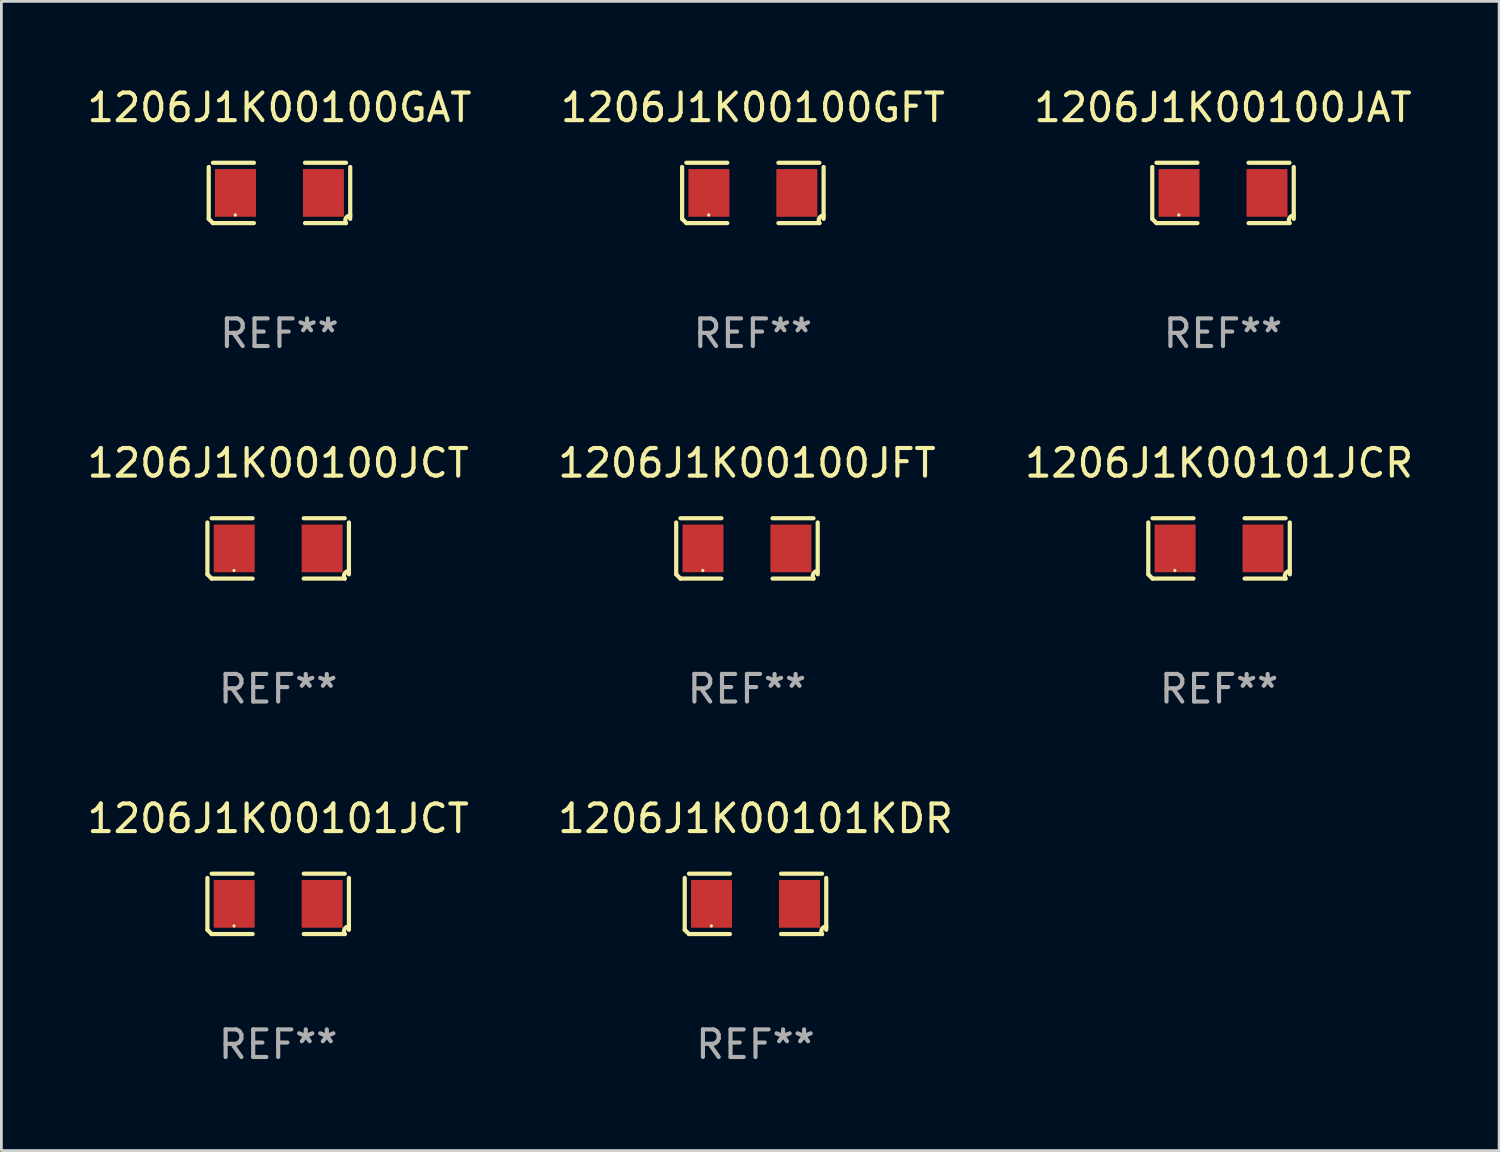
<source format=kicad_pcb>
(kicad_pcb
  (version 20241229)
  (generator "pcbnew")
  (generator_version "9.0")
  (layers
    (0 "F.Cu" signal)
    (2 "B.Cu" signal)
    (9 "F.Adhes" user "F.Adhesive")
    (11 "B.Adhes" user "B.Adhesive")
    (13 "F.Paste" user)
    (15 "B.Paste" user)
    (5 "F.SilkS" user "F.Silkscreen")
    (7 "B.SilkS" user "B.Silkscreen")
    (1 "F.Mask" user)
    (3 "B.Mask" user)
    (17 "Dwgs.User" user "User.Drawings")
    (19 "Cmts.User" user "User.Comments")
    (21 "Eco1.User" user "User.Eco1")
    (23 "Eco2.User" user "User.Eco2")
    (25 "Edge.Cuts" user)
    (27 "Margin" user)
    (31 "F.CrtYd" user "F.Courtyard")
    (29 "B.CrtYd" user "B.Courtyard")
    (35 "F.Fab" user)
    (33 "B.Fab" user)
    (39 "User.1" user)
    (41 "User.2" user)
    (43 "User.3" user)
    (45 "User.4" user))
  (footprint "1206J1K00100GAT"
    (layer "F.Cu")
    (at 7.077 3.941)
    (property "Reference" "1206J1K00100GAT" (at 0 -3.093 0) (layer "F.SilkS") (effects (font (size 1 1) (thickness 0.15))))
    (attr through_hole)
    (fp_line (start -2.564 0.94) (end -2.564 -0.94) (stroke (width 0.152) (type solid)) (layer "F.SilkS"))
    (fp_line (start -2.411 -1.093) (end -0.926 -1.093) (stroke (width 0.152) (type solid)) (layer "F.SilkS"))
    (fp_line (start -0.926 1.093) (end -2.411 1.093) (stroke (width 0.152) (type solid)) (layer "F.SilkS"))
    (fp_line (start 0.926 1.093) (end 2.411 1.093) (stroke (width 0.152) (type solid)) (layer "F.SilkS"))
    (fp_line (start 2.411 -1.093) (end 0.926 -1.093) (stroke (width 0.152) (type solid)) (layer "F.SilkS"))
    (fp_line (start 2.564 0.94) (end 2.564 -0.94) (stroke (width 0.152) (type solid)) (layer "F.SilkS"))
    (fp_arc (start -2.411201 1.092609) (mid -2.487413 1.01642) (end -2.563602 0.940208) (stroke (width 0.1524) (type solid)) (layer "F.SilkS"))
    (fp_arc (start 2.411201 1.092609) (mid 2.407159 0.911226) (end 2.563602 0.819347) (stroke (width 0.1524) (type solid)) (layer "F.SilkS"))
    (fp_circle (center -1.6 0.8) (end -1.57 0.8) (stroke (width 0.06) (type solid)) (fill no) (layer "F.SilkS"))
    (fp_text user "REF**" (at 0 5.093 0) (layer "F.Fab") (effects (font (size 1 1) (thickness 0.15))))
    (pad "1" smd rect (at -1.593 0) (size 1.485 1.728) (layers "F.Cu" "F.Mask" "F.Paste"))
    (pad "2" smd rect (at 1.593 0) (size 1.485 1.728) (layers "F.Cu" "F.Mask" "F.Paste")))
  (footprint "1206J1K00100JFT"
    (layer "F.Cu")
    (at 24.018 16.823)
    (property "Reference" "1206J1K00100JFT" (at 0 -3.093 0) (layer "F.SilkS") (effects (font (size 1 1) (thickness 0.15))))
    (attr through_hole)
    (fp_line (start -2.564 0.94) (end -2.564 -0.94) (stroke (width 0.152) (type solid)) (layer "F.SilkS"))
    (fp_line (start -2.411 -1.093) (end -0.926 -1.093) (stroke (width 0.152) (type solid)) (layer "F.SilkS"))
    (fp_line (start -0.926 1.093) (end -2.411 1.093) (stroke (width 0.152) (type solid)) (layer "F.SilkS"))
    (fp_line (start 0.926 1.093) (end 2.411 1.093) (stroke (width 0.152) (type solid)) (layer "F.SilkS"))
    (fp_line (start 2.411 -1.093) (end 0.926 -1.093) (stroke (width 0.152) (type solid)) (layer "F.SilkS"))
    (fp_line (start 2.564 0.94) (end 2.564 -0.94) (stroke (width 0.152) (type solid)) (layer "F.SilkS"))
    (fp_arc (start -2.411201 1.092609) (mid -2.487413 1.01642) (end -2.563602 0.940208) (stroke (width 0.1524) (type solid)) (layer "F.SilkS"))
    (fp_arc (start 2.411201 1.092609) (mid 2.407159 0.911226) (end 2.563602 0.819347) (stroke (width 0.1524) (type solid)) (layer "F.SilkS"))
    (fp_circle (center -1.6 0.8) (end -1.57 0.8) (stroke (width 0.06) (type solid)) (fill no) (layer "F.SilkS"))
    (fp_text user "REF**" (at 0 5.093 0) (layer "F.Fab") (effects (font (size 1 1) (thickness 0.15))))
    (pad "1" smd rect (at -1.593 0) (size 1.485 1.728) (layers "F.Cu" "F.Mask" "F.Paste"))
    (pad "2" smd rect (at 1.593 0) (size 1.485 1.728) (layers "F.Cu" "F.Mask" "F.Paste")))
  (footprint "1206J1K00101JCR"
    (layer "F.Cu")
    (at 41.125 16.823)
    (property "Reference" "1206J1K00101JCR" (at 0 -3.093 0) (layer "F.SilkS") (effects (font (size 1 1) (thickness 0.15))))
    (attr through_hole)
    (fp_line (start -2.564 0.94) (end -2.564 -0.94) (stroke (width 0.152) (type solid)) (layer "F.SilkS"))
    (fp_line (start -2.411 -1.093) (end -0.926 -1.093) (stroke (width 0.152) (type solid)) (layer "F.SilkS"))
    (fp_line (start -0.926 1.093) (end -2.411 1.093) (stroke (width 0.152) (type solid)) (layer "F.SilkS"))
    (fp_line (start 0.926 1.093) (end 2.411 1.093) (stroke (width 0.152) (type solid)) (layer "F.SilkS"))
    (fp_line (start 2.411 -1.093) (end 0.926 -1.093) (stroke (width 0.152) (type solid)) (layer "F.SilkS"))
    (fp_line (start 2.564 0.94) (end 2.564 -0.94) (stroke (width 0.152) (type solid)) (layer "F.SilkS"))
    (fp_arc (start -2.411201 1.092609) (mid -2.487413 1.01642) (end -2.563602 0.940208) (stroke (width 0.1524) (type solid)) (layer "F.SilkS"))
    (fp_arc (start 2.411201 1.092609) (mid 2.407159 0.911226) (end 2.563602 0.819347) (stroke (width 0.1524) (type solid)) (layer "F.SilkS"))
    (fp_circle (center -1.6 0.8) (end -1.57 0.8) (stroke (width 0.06) (type solid)) (fill no) (layer "F.SilkS"))
    (fp_text user "REF**" (at 0 5.093 0) (layer "F.Fab") (effects (font (size 1 1) (thickness 0.15))))
    (pad "1" smd rect (at -1.593 0) (size 1.485 1.728) (layers "F.Cu" "F.Mask" "F.Paste"))
    (pad "2" smd rect (at 1.593 0) (size 1.485 1.728) (layers "F.Cu" "F.Mask" "F.Paste")))
  (footprint "1206J1K00101JCT"
    (layer "F.Cu")
    (at 7.03 29.704)
    (property "Reference" "1206J1K00101JCT" (at 0 -3.093 0) (layer "F.SilkS") (effects (font (size 1 1) (thickness 0.15))))
    (attr through_hole)
    (fp_line (start -2.564 0.94) (end -2.564 -0.94) (stroke (width 0.152) (type solid)) (layer "F.SilkS"))
    (fp_line (start -2.411 -1.093) (end -0.926 -1.093) (stroke (width 0.152) (type solid)) (layer "F.SilkS"))
    (fp_line (start -0.926 1.093) (end -2.411 1.093) (stroke (width 0.152) (type solid)) (layer "F.SilkS"))
    (fp_line (start 0.926 1.093) (end 2.411 1.093) (stroke (width 0.152) (type solid)) (layer "F.SilkS"))
    (fp_line (start 2.411 -1.093) (end 0.926 -1.093) (stroke (width 0.152) (type solid)) (layer "F.SilkS"))
    (fp_line (start 2.564 0.94) (end 2.564 -0.94) (stroke (width 0.152) (type solid)) (layer "F.SilkS"))
    (fp_arc (start -2.411201 1.092609) (mid -2.487413 1.01642) (end -2.563602 0.940208) (stroke (width 0.1524) (type solid)) (layer "F.SilkS"))
    (fp_arc (start 2.411201 1.092609) (mid 2.407159 0.911226) (end 2.563602 0.819347) (stroke (width 0.1524) (type solid)) (layer "F.SilkS"))
    (fp_circle (center -1.6 0.8) (end -1.57 0.8) (stroke (width 0.06) (type solid)) (fill no) (layer "F.SilkS"))
    (fp_text user "REF**" (at 0 5.093 0) (layer "F.Fab") (effects (font (size 1 1) (thickness 0.15))))
    (pad "1" smd rect (at -1.593 0) (size 1.485 1.728) (layers "F.Cu" "F.Mask" "F.Paste"))
    (pad "2" smd rect (at 1.593 0) (size 1.485 1.728) (layers "F.Cu" "F.Mask" "F.Paste")))
  (footprint "1206J1K00100JAT"
    (layer "F.Cu")
    (at 41.268 3.941)
    (property "Reference" "1206J1K00100JAT" (at 0 -3.093 0) (layer "F.SilkS") (effects (font (size 1 1) (thickness 0.15))))
    (attr through_hole)
    (fp_line (start -2.564 0.94) (end -2.564 -0.94) (stroke (width 0.152) (type solid)) (layer "F.SilkS"))
    (fp_line (start -2.411 -1.093) (end -0.926 -1.093) (stroke (width 0.152) (type solid)) (layer "F.SilkS"))
    (fp_line (start -0.926 1.093) (end -2.411 1.093) (stroke (width 0.152) (type solid)) (layer "F.SilkS"))
    (fp_line (start 0.926 1.093) (end 2.411 1.093) (stroke (width 0.152) (type solid)) (layer "F.SilkS"))
    (fp_line (start 2.411 -1.093) (end 0.926 -1.093) (stroke (width 0.152) (type solid)) (layer "F.SilkS"))
    (fp_line (start 2.564 0.94) (end 2.564 -0.94) (stroke (width 0.152) (type solid)) (layer "F.SilkS"))
    (fp_arc (start -2.411201 1.092609) (mid -2.487413 1.01642) (end -2.563602 0.940208) (stroke (width 0.1524) (type solid)) (layer "F.SilkS"))
    (fp_arc (start 2.411201 1.092609) (mid 2.407159 0.911226) (end 2.563602 0.819347) (stroke (width 0.1524) (type solid)) (layer "F.SilkS"))
    (fp_circle (center -1.6 0.8) (end -1.57 0.8) (stroke (width 0.06) (type solid)) (fill no) (layer "F.SilkS"))
    (fp_text user "REF**" (at 0 5.093 0) (layer "F.Fab") (effects (font (size 1 1) (thickness 0.15))))
    (pad "1" smd rect (at -1.593 0) (size 1.485 1.728) (layers "F.Cu" "F.Mask" "F.Paste"))
    (pad "2" smd rect (at 1.593 0) (size 1.485 1.728) (layers "F.Cu" "F.Mask" "F.Paste")))
  (footprint "1206J1K00100JCT"
    (layer "F.Cu")
    (at 7.03 16.823)
    (property "Reference" "1206J1K00100JCT" (at 0 -3.093 0) (layer "F.SilkS") (effects (font (size 1 1) (thickness 0.15))))
    (attr through_hole)
    (fp_line (start -2.564 0.94) (end -2.564 -0.94) (stroke (width 0.152) (type solid)) (layer "F.SilkS"))
    (fp_line (start -2.411 -1.093) (end -0.926 -1.093) (stroke (width 0.152) (type solid)) (layer "F.SilkS"))
    (fp_line (start -0.926 1.093) (end -2.411 1.093) (stroke (width 0.152) (type solid)) (layer "F.SilkS"))
    (fp_line (start 0.926 1.093) (end 2.411 1.093) (stroke (width 0.152) (type solid)) (layer "F.SilkS"))
    (fp_line (start 2.411 -1.093) (end 0.926 -1.093) (stroke (width 0.152) (type solid)) (layer "F.SilkS"))
    (fp_line (start 2.564 0.94) (end 2.564 -0.94) (stroke (width 0.152) (type solid)) (layer "F.SilkS"))
    (fp_arc (start -2.411201 1.092609) (mid -2.487413 1.01642) (end -2.563602 0.940208) (stroke (width 0.1524) (type solid)) (layer "F.SilkS"))
    (fp_arc (start 2.411201 1.092609) (mid 2.407159 0.911226) (end 2.563602 0.819347) (stroke (width 0.1524) (type solid)) (layer "F.SilkS"))
    (fp_circle (center -1.6 0.8) (end -1.57 0.8) (stroke (width 0.06) (type solid)) (fill no) (layer "F.SilkS"))
    (fp_text user "REF**" (at 0 5.093 0) (layer "F.Fab") (effects (font (size 1 1) (thickness 0.15))))
    (pad "1" smd rect (at -1.593 0) (size 1.485 1.728) (layers "F.Cu" "F.Mask" "F.Paste"))
    (pad "2" smd rect (at 1.593 0) (size 1.485 1.728) (layers "F.Cu" "F.Mask" "F.Paste")))
  (footprint "1206J1K00100GFT"
    (layer "F.Cu")
    (at 24.232 3.941)
    (property "Reference" "1206J1K00100GFT" (at 0 -3.093 0) (layer "F.SilkS") (effects (font (size 1 1) (thickness 0.15))))
    (attr through_hole)
    (fp_line (start -2.564 0.94) (end -2.564 -0.94) (stroke (width 0.152) (type solid)) (layer "F.SilkS"))
    (fp_line (start -2.411 -1.093) (end -0.926 -1.093) (stroke (width 0.152) (type solid)) (layer "F.SilkS"))
    (fp_line (start -0.926 1.093) (end -2.411 1.093) (stroke (width 0.152) (type solid)) (layer "F.SilkS"))
    (fp_line (start 0.926 1.093) (end 2.411 1.093) (stroke (width 0.152) (type solid)) (layer "F.SilkS"))
    (fp_line (start 2.411 -1.093) (end 0.926 -1.093) (stroke (width 0.152) (type solid)) (layer "F.SilkS"))
    (fp_line (start 2.564 0.94) (end 2.564 -0.94) (stroke (width 0.152) (type solid)) (layer "F.SilkS"))
    (fp_arc (start -2.411201 1.092609) (mid -2.487413 1.01642) (end -2.563602 0.940208) (stroke (width 0.1524) (type solid)) (layer "F.SilkS"))
    (fp_arc (start 2.411201 1.092609) (mid 2.407159 0.911226) (end 2.563602 0.819347) (stroke (width 0.1524) (type solid)) (layer "F.SilkS"))
    (fp_circle (center -1.6 0.8) (end -1.57 0.8) (stroke (width 0.06) (type solid)) (fill no) (layer "F.SilkS"))
    (fp_text user "REF**" (at 0 5.093 0) (layer "F.Fab") (effects (font (size 1 1) (thickness 0.15))))
    (pad "1" smd rect (at -1.593 0) (size 1.485 1.728) (layers "F.Cu" "F.Mask" "F.Paste"))
    (pad "2" smd rect (at 1.593 0) (size 1.485 1.728) (layers "F.Cu" "F.Mask" "F.Paste")))
  (footprint "1206J1K00101KDR"
    (layer "F.Cu")
    (at 24.327 29.704)
    (property "Reference" "1206J1K00101KDR" (at 0 -3.093 0) (layer "F.SilkS") (effects (font (size 1 1) (thickness 0.15))))
    (attr through_hole)
    (fp_line (start -2.564 0.94) (end -2.564 -0.94) (stroke (width 0.152) (type solid)) (layer "F.SilkS"))
    (fp_line (start -2.411 -1.093) (end -0.926 -1.093) (stroke (width 0.152) (type solid)) (layer "F.SilkS"))
    (fp_line (start -0.926 1.093) (end -2.411 1.093) (stroke (width 0.152) (type solid)) (layer "F.SilkS"))
    (fp_line (start 0.926 1.093) (end 2.411 1.093) (stroke (width 0.152) (type solid)) (layer "F.SilkS"))
    (fp_line (start 2.411 -1.093) (end 0.926 -1.093) (stroke (width 0.152) (type solid)) (layer "F.SilkS"))
    (fp_line (start 2.564 0.94) (end 2.564 -0.94) (stroke (width 0.152) (type solid)) (layer "F.SilkS"))
    (fp_arc (start -2.411201 1.092609) (mid -2.487413 1.01642) (end -2.563602 0.940208) (stroke (width 0.1524) (type solid)) (layer "F.SilkS"))
    (fp_arc (start 2.411201 1.092609) (mid 2.407159 0.911226) (end 2.563602 0.819347) (stroke (width 0.1524) (type solid)) (layer "F.SilkS"))
    (fp_circle (center -1.6 0.8) (end -1.57 0.8) (stroke (width 0.06) (type solid)) (fill no) (layer "F.SilkS"))
    (fp_text user "REF**" (at 0 5.093 0) (layer "F.Fab") (effects (font (size 1 1) (thickness 0.15))))
    (pad "1" smd rect (at -1.593 0) (size 1.485 1.728) (layers "F.Cu" "F.Mask" "F.Paste"))
    (pad "2" smd rect (at 1.593 0) (size 1.485 1.728) (layers "F.Cu" "F.Mask" "F.Paste")))
  (gr_rect
    (start -3 -3)
    (end 51.274 38.645)
    (stroke (width 0.1) (type default))
    (fill no)
    (layer "Edge.Cuts")))
</source>
